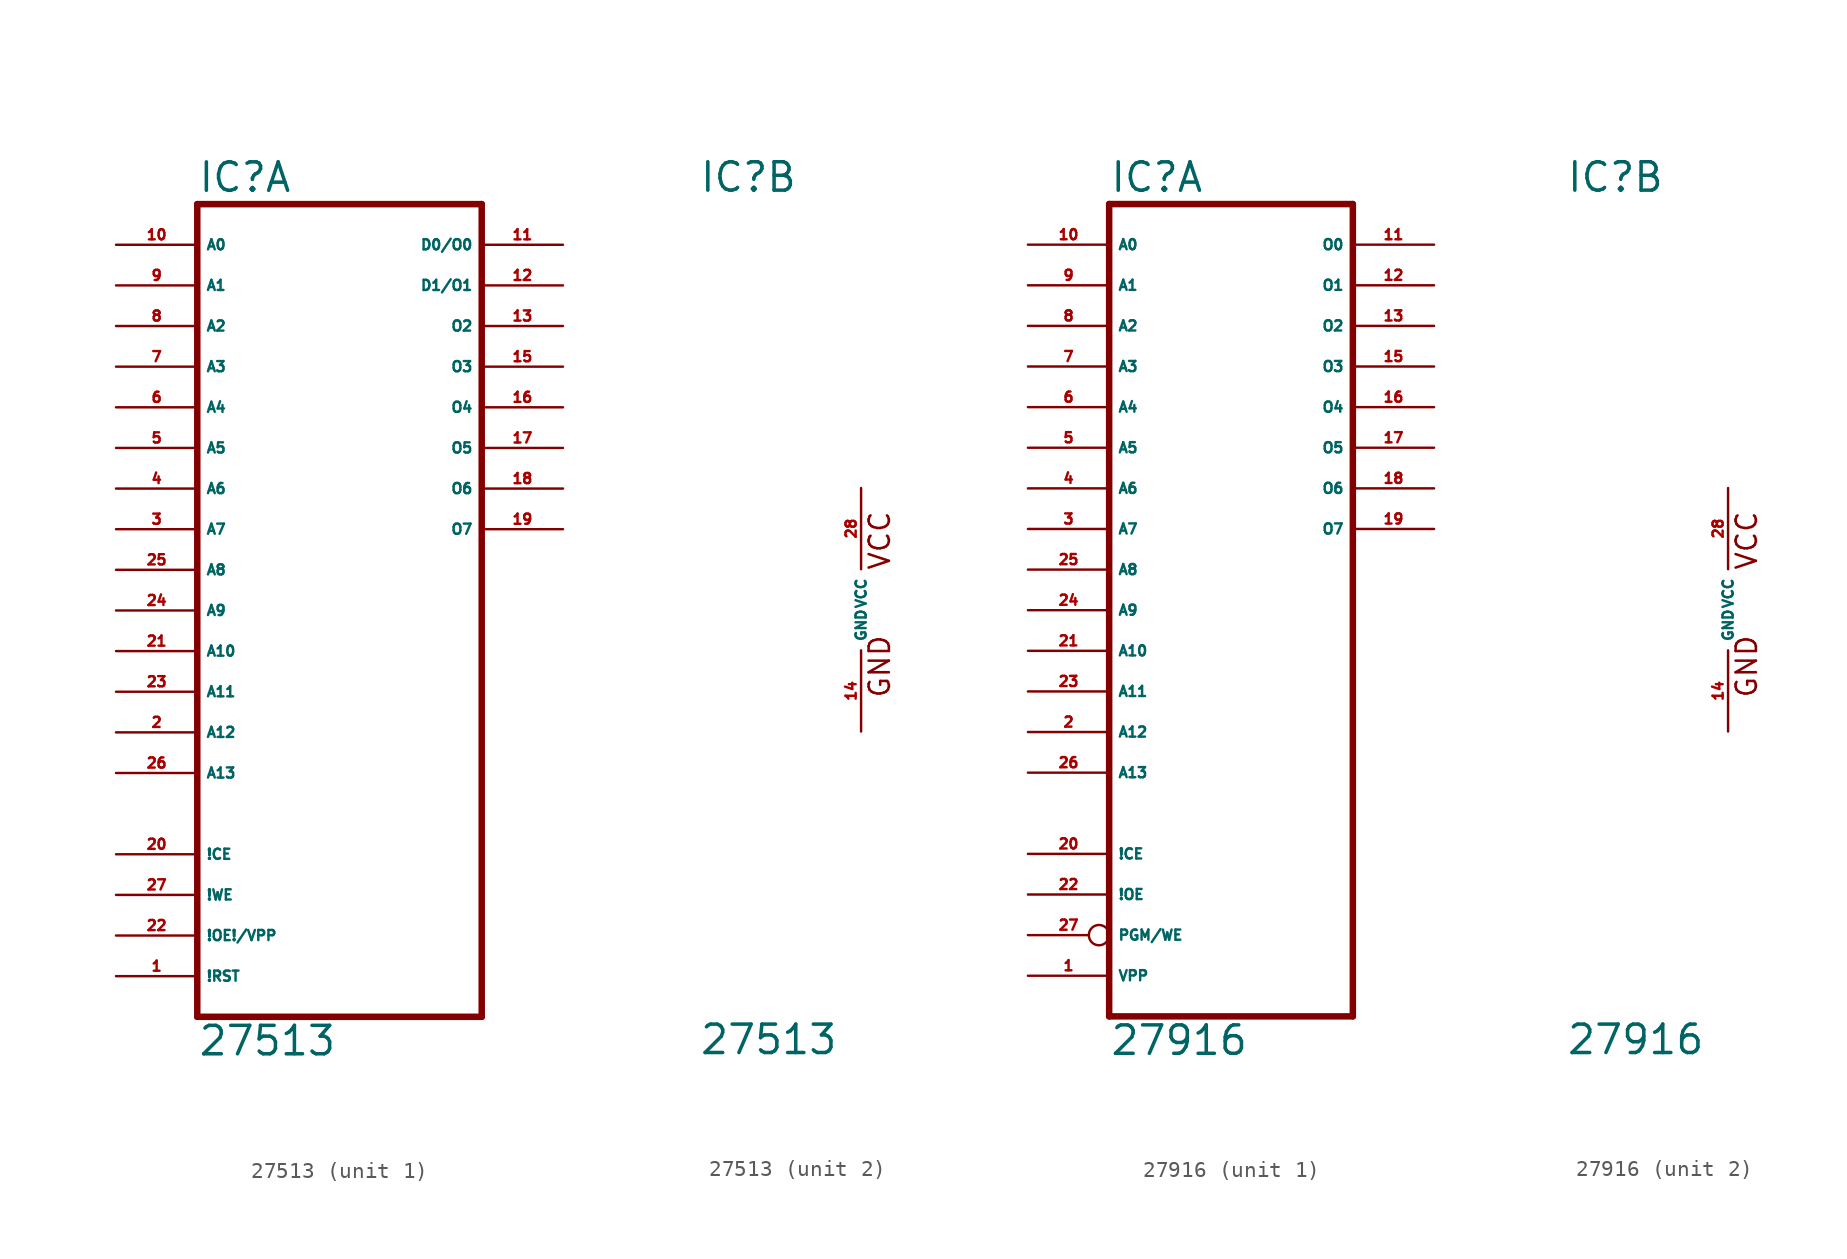
<source format=kicad_sym>
(kicad_symbol_lib
  (version 20220914)
  (generator Eagle2Kicad)
  (symbol "27513"
    (property "Reference" "IC"
      (at -10.16 26.035 0)
      (effects (font (size 1.778 1.778) (thickness 0.22)) (justify left bottom)))
    (property "Value" "27513"
      (at -10.16 -27.94 0)
      (effects (font (size 1.778 1.778) (thickness 0.22)) (justify left bottom)))
    (symbol "27513_1_0"
      (polyline (pts (xy -10.16 -25.4) (xy 7.62 -25.4)) (stroke (width 0.406) (type default)) (fill (type none)))
      (polyline (pts (xy 7.62 -25.4) (xy 7.62 25.4)) (stroke (width 0.406) (type default)) (fill (type none)))
      (polyline (pts (xy 7.62 25.4) (xy -10.16 25.4)) (stroke (width 0.406) (type default)) (fill (type none)))
      (polyline (pts (xy -10.16 25.4) (xy -10.16 -25.4)) (stroke (width 0.406) (type default)) (fill (type none)))
      (pin input line (at -15.24 -22.86 0) (length 5.08) (name "!RST" (effects (font (size 0.635 0.635) (thickness 0.08)) (justify left bottom))) (number "1" (effects (font (size 0.635 0.635) (thickness 0.08)) (justify left bottom))))
      (pin input line (at -15.24 -7.62 0) (length 5.08) (name "A12" (effects (font (size 0.635 0.635) (thickness 0.08)) (justify left bottom))) (number "2" (effects (font (size 0.635 0.635) (thickness 0.08)) (justify left bottom))))
      (pin input line (at -15.24 5.08 0) (length 5.08) (name "A7" (effects (font (size 0.635 0.635) (thickness 0.08)) (justify left bottom))) (number "3" (effects (font (size 0.635 0.635) (thickness 0.08)) (justify left bottom))))
      (pin input line (at -15.24 7.62 0) (length 5.08) (name "A6" (effects (font (size 0.635 0.635) (thickness 0.08)) (justify left bottom))) (number "4" (effects (font (size 0.635 0.635) (thickness 0.08)) (justify left bottom))))
      (pin input line (at -15.24 10.16 0) (length 5.08) (name "A5" (effects (font (size 0.635 0.635) (thickness 0.08)) (justify left bottom))) (number "5" (effects (font (size 0.635 0.635) (thickness 0.08)) (justify left bottom))))
      (pin input line (at -15.24 12.7 0) (length 5.08) (name "A4" (effects (font (size 0.635 0.635) (thickness 0.08)) (justify left bottom))) (number "6" (effects (font (size 0.635 0.635) (thickness 0.08)) (justify left bottom))))
      (pin input line (at -15.24 15.24 0) (length 5.08) (name "A3" (effects (font (size 0.635 0.635) (thickness 0.08)) (justify left bottom))) (number "7" (effects (font (size 0.635 0.635) (thickness 0.08)) (justify left bottom))))
      (pin input line (at -15.24 17.78 0) (length 5.08) (name "A2" (effects (font (size 0.635 0.635) (thickness 0.08)) (justify left bottom))) (number "8" (effects (font (size 0.635 0.635) (thickness 0.08)) (justify left bottom))))
      (pin input line (at -15.24 20.32 0) (length 5.08) (name "A1" (effects (font (size 0.635 0.635) (thickness 0.08)) (justify left bottom))) (number "9" (effects (font (size 0.635 0.635) (thickness 0.08)) (justify left bottom))))
      (pin input line (at -15.24 22.86 0) (length 5.08) (name "A0" (effects (font (size 0.635 0.635) (thickness 0.08)) (justify left bottom))) (number "10" (effects (font (size 0.635 0.635) (thickness 0.08)) (justify left bottom))))
      (pin tri_state line (at 12.7 22.86 180) (length 5.08) (name "D0/O0" (effects (font (size 0.635 0.635) (thickness 0.08)) (justify left bottom))) (number "11" (effects (font (size 0.635 0.635) (thickness 0.08)) (justify left bottom))))
      (pin tri_state line (at 12.7 20.32 180) (length 5.08) (name "D1/O1" (effects (font (size 0.635 0.635) (thickness 0.08)) (justify left bottom))) (number "12" (effects (font (size 0.635 0.635) (thickness 0.08)) (justify left bottom))))
      (pin tri_state line (at 12.7 17.78 180) (length 5.08) (name "O2" (effects (font (size 0.635 0.635) (thickness 0.08)) (justify left bottom))) (number "13" (effects (font (size 0.635 0.635) (thickness 0.08)) (justify left bottom))))
      (pin tri_state line (at 12.7 15.24 180) (length 5.08) (name "O3" (effects (font (size 0.635 0.635) (thickness 0.08)) (justify left bottom))) (number "15" (effects (font (size 0.635 0.635) (thickness 0.08)) (justify left bottom))))
      (pin tri_state line (at 12.7 12.7 180) (length 5.08) (name "O4" (effects (font (size 0.635 0.635) (thickness 0.08)) (justify left bottom))) (number "16" (effects (font (size 0.635 0.635) (thickness 0.08)) (justify left bottom))))
      (pin tri_state line (at 12.7 10.16 180) (length 5.08) (name "O5" (effects (font (size 0.635 0.635) (thickness 0.08)) (justify left bottom))) (number "17" (effects (font (size 0.635 0.635) (thickness 0.08)) (justify left bottom))))
      (pin tri_state line (at 12.7 7.62 180) (length 5.08) (name "O6" (effects (font (size 0.635 0.635) (thickness 0.08)) (justify left bottom))) (number "18" (effects (font (size 0.635 0.635) (thickness 0.08)) (justify left bottom))))
      (pin tri_state line (at 12.7 5.08 180) (length 5.08) (name "O7" (effects (font (size 0.635 0.635) (thickness 0.08)) (justify left bottom))) (number "19" (effects (font (size 0.635 0.635) (thickness 0.08)) (justify left bottom))))
      (pin input line (at -15.24 -15.24 0) (length 5.08) (name "!CE" (effects (font (size 0.635 0.635) (thickness 0.08)) (justify left bottom))) (number "20" (effects (font (size 0.635 0.635) (thickness 0.08)) (justify left bottom))))
      (pin input line (at -15.24 -2.54 0) (length 5.08) (name "A10" (effects (font (size 0.635 0.635) (thickness 0.08)) (justify left bottom))) (number "21" (effects (font (size 0.635 0.635) (thickness 0.08)) (justify left bottom))))
      (pin input line (at -15.24 -20.32 0) (length 5.08) (name "!OE!/VPP" (effects (font (size 0.635 0.635) (thickness 0.08)) (justify left bottom))) (number "22" (effects (font (size 0.635 0.635) (thickness 0.08)) (justify left bottom))))
      (pin input line (at -15.24 -5.08 0) (length 5.08) (name "A11" (effects (font (size 0.635 0.635) (thickness 0.08)) (justify left bottom))) (number "23" (effects (font (size 0.635 0.635) (thickness 0.08)) (justify left bottom))))
      (pin input line (at -15.24 0 0) (length 5.08) (name "A9" (effects (font (size 0.635 0.635) (thickness 0.08)) (justify left bottom))) (number "24" (effects (font (size 0.635 0.635) (thickness 0.08)) (justify left bottom))))
      (pin input line (at -15.24 2.54 0) (length 5.08) (name "A8" (effects (font (size 0.635 0.635) (thickness 0.08)) (justify left bottom))) (number "25" (effects (font (size 0.635 0.635) (thickness 0.08)) (justify left bottom))))
      (pin input line (at -15.24 -10.16 0) (length 5.08) (name "A13" (effects (font (size 0.635 0.635) (thickness 0.08)) (justify left bottom))) (number "26" (effects (font (size 0.635 0.635) (thickness 0.08)) (justify left bottom))))
      (pin input line (at -15.24 -17.78 0) (length 5.08) (name "!WE" (effects (font (size 0.635 0.635) (thickness 0.08)) (justify left bottom))) (number "27" (effects (font (size 0.635 0.635) (thickness 0.08)) (justify left bottom)))))
    (symbol "27513_2_0"
      (text "GND" (at 1.905 -5.588 900) (effects (font (size 1.27 1.27) (thickness 0.16)) (justify left bottom)))
      (text "VCC" (at 1.905 2.413 900) (effects (font (size 1.27 1.27) (thickness 0.16)) (justify left bottom)))
      (pin unspecified line (at 0 -7.62 90) (length 5.08) (name "GND" (effects (font (size 0.635 0.635) (thickness 0.08)) (justify left bottom))) (number "14" (effects (font (size 0.635 0.635) (thickness 0.08)) (justify left bottom))))
      (pin unspecified line (at 0 7.62 270) (length 5.08) (name "VCC" (effects (font (size 0.635 0.635) (thickness 0.08)) (justify left bottom))) (number "28" (effects (font (size 0.635 0.635) (thickness 0.08)) (justify left bottom))))))
  (symbol "27916"
    (property "Reference" "IC"
      (at -10.16 26.035 0)
      (effects (font (size 1.778 1.778) (thickness 0.22)) (justify left bottom)))
    (property "Value" "27916"
      (at -10.16 -27.94 0)
      (effects (font (size 1.778 1.778) (thickness 0.22)) (justify left bottom)))
    (symbol "27916_1_0"
      (polyline (pts (xy -10.16 -25.4) (xy 5.08 -25.4)) (stroke (width 0.406) (type default)) (fill (type none)))
      (polyline (pts (xy 5.08 -25.4) (xy 5.08 25.4)) (stroke (width 0.406) (type default)) (fill (type none)))
      (polyline (pts (xy 5.08 25.4) (xy -10.16 25.4)) (stroke (width 0.406) (type default)) (fill (type none)))
      (polyline (pts (xy -10.16 25.4) (xy -10.16 -25.4)) (stroke (width 0.406) (type default)) (fill (type none)))
      (pin input line (at -15.24 -22.86 0) (length 5.08) (name "VPP" (effects (font (size 0.635 0.635) (thickness 0.08)) (justify left bottom))) (number "1" (effects (font (size 0.635 0.635) (thickness 0.08)) (justify left bottom))))
      (pin input line (at -15.24 -7.62 0) (length 5.08) (name "A12" (effects (font (size 0.635 0.635) (thickness 0.08)) (justify left bottom))) (number "2" (effects (font (size 0.635 0.635) (thickness 0.08)) (justify left bottom))))
      (pin input line (at -15.24 5.08 0) (length 5.08) (name "A7" (effects (font (size 0.635 0.635) (thickness 0.08)) (justify left bottom))) (number "3" (effects (font (size 0.635 0.635) (thickness 0.08)) (justify left bottom))))
      (pin input line (at -15.24 7.62 0) (length 5.08) (name "A6" (effects (font (size 0.635 0.635) (thickness 0.08)) (justify left bottom))) (number "4" (effects (font (size 0.635 0.635) (thickness 0.08)) (justify left bottom))))
      (pin input line (at -15.24 10.16 0) (length 5.08) (name "A5" (effects (font (size 0.635 0.635) (thickness 0.08)) (justify left bottom))) (number "5" (effects (font (size 0.635 0.635) (thickness 0.08)) (justify left bottom))))
      (pin input line (at -15.24 12.7 0) (length 5.08) (name "A4" (effects (font (size 0.635 0.635) (thickness 0.08)) (justify left bottom))) (number "6" (effects (font (size 0.635 0.635) (thickness 0.08)) (justify left bottom))))
      (pin input line (at -15.24 15.24 0) (length 5.08) (name "A3" (effects (font (size 0.635 0.635) (thickness 0.08)) (justify left bottom))) (number "7" (effects (font (size 0.635 0.635) (thickness 0.08)) (justify left bottom))))
      (pin input line (at -15.24 17.78 0) (length 5.08) (name "A2" (effects (font (size 0.635 0.635) (thickness 0.08)) (justify left bottom))) (number "8" (effects (font (size 0.635 0.635) (thickness 0.08)) (justify left bottom))))
      (pin input line (at -15.24 20.32 0) (length 5.08) (name "A1" (effects (font (size 0.635 0.635) (thickness 0.08)) (justify left bottom))) (number "9" (effects (font (size 0.635 0.635) (thickness 0.08)) (justify left bottom))))
      (pin input line (at -15.24 22.86 0) (length 5.08) (name "A0" (effects (font (size 0.635 0.635) (thickness 0.08)) (justify left bottom))) (number "10" (effects (font (size 0.635 0.635) (thickness 0.08)) (justify left bottom))))
      (pin tri_state line (at 10.16 22.86 180) (length 5.08) (name "O0" (effects (font (size 0.635 0.635) (thickness 0.08)) (justify left bottom))) (number "11" (effects (font (size 0.635 0.635) (thickness 0.08)) (justify left bottom))))
      (pin tri_state line (at 10.16 20.32 180) (length 5.08) (name "O1" (effects (font (size 0.635 0.635) (thickness 0.08)) (justify left bottom))) (number "12" (effects (font (size 0.635 0.635) (thickness 0.08)) (justify left bottom))))
      (pin tri_state line (at 10.16 17.78 180) (length 5.08) (name "O2" (effects (font (size 0.635 0.635) (thickness 0.08)) (justify left bottom))) (number "13" (effects (font (size 0.635 0.635) (thickness 0.08)) (justify left bottom))))
      (pin tri_state line (at 10.16 15.24 180) (length 5.08) (name "O3" (effects (font (size 0.635 0.635) (thickness 0.08)) (justify left bottom))) (number "15" (effects (font (size 0.635 0.635) (thickness 0.08)) (justify left bottom))))
      (pin tri_state line (at 10.16 12.7 180) (length 5.08) (name "O4" (effects (font (size 0.635 0.635) (thickness 0.08)) (justify left bottom))) (number "16" (effects (font (size 0.635 0.635) (thickness 0.08)) (justify left bottom))))
      (pin tri_state line (at 10.16 10.16 180) (length 5.08) (name "O5" (effects (font (size 0.635 0.635) (thickness 0.08)) (justify left bottom))) (number "17" (effects (font (size 0.635 0.635) (thickness 0.08)) (justify left bottom))))
      (pin tri_state line (at 10.16 7.62 180) (length 5.08) (name "O6" (effects (font (size 0.635 0.635) (thickness 0.08)) (justify left bottom))) (number "18" (effects (font (size 0.635 0.635) (thickness 0.08)) (justify left bottom))))
      (pin tri_state line (at 10.16 5.08 180) (length 5.08) (name "O7" (effects (font (size 0.635 0.635) (thickness 0.08)) (justify left bottom))) (number "19" (effects (font (size 0.635 0.635) (thickness 0.08)) (justify left bottom))))
      (pin input line (at -15.24 -15.24 0) (length 5.08) (name "!CE" (effects (font (size 0.635 0.635) (thickness 0.08)) (justify left bottom))) (number "20" (effects (font (size 0.635 0.635) (thickness 0.08)) (justify left bottom))))
      (pin input line (at -15.24 -2.54 0) (length 5.08) (name "A10" (effects (font (size 0.635 0.635) (thickness 0.08)) (justify left bottom))) (number "21" (effects (font (size 0.635 0.635) (thickness 0.08)) (justify left bottom))))
      (pin input line (at -15.24 -17.78 0) (length 5.08) (name "!OE" (effects (font (size 0.635 0.635) (thickness 0.08)) (justify left bottom))) (number "22" (effects (font (size 0.635 0.635) (thickness 0.08)) (justify left bottom))))
      (pin input line (at -15.24 -5.08 0) (length 5.08) (name "A11" (effects (font (size 0.635 0.635) (thickness 0.08)) (justify left bottom))) (number "23" (effects (font (size 0.635 0.635) (thickness 0.08)) (justify left bottom))))
      (pin input line (at -15.24 0 0) (length 5.08) (name "A9" (effects (font (size 0.635 0.635) (thickness 0.08)) (justify left bottom))) (number "24" (effects (font (size 0.635 0.635) (thickness 0.08)) (justify left bottom))))
      (pin input line (at -15.24 2.54 0) (length 5.08) (name "A8" (effects (font (size 0.635 0.635) (thickness 0.08)) (justify left bottom))) (number "25" (effects (font (size 0.635 0.635) (thickness 0.08)) (justify left bottom))))
      (pin input line (at -15.24 -10.16 0) (length 5.08) (name "A13" (effects (font (size 0.635 0.635) (thickness 0.08)) (justify left bottom))) (number "26" (effects (font (size 0.635 0.635) (thickness 0.08)) (justify left bottom))))
      (pin input inverted (at -15.24 -20.32 0) (length 5.08) (name "PGM/WE" (effects (font (size 0.635 0.635) (thickness 0.08)) (justify left bottom))) (number "27" (effects (font (size 0.635 0.635) (thickness 0.08)) (justify left bottom)))))
    (symbol "27916_2_0"
      (text "GND" (at 1.905 -5.588 900) (effects (font (size 1.27 1.27) (thickness 0.16)) (justify left bottom)))
      (text "VCC" (at 1.905 2.413 900) (effects (font (size 1.27 1.27) (thickness 0.16)) (justify left bottom)))
      (pin unspecified line (at 0 -7.62 90) (length 5.08) (name "GND" (effects (font (size 0.635 0.635) (thickness 0.08)) (justify left bottom))) (number "14" (effects (font (size 0.635 0.635) (thickness 0.08)) (justify left bottom))))
      (pin unspecified line (at 0 7.62 270) (length 5.08) (name "VCC" (effects (font (size 0.635 0.635) (thickness 0.08)) (justify left bottom))) (number "28" (effects (font (size 0.635 0.635) (thickness 0.08)) (justify left bottom)))))))
</source>
